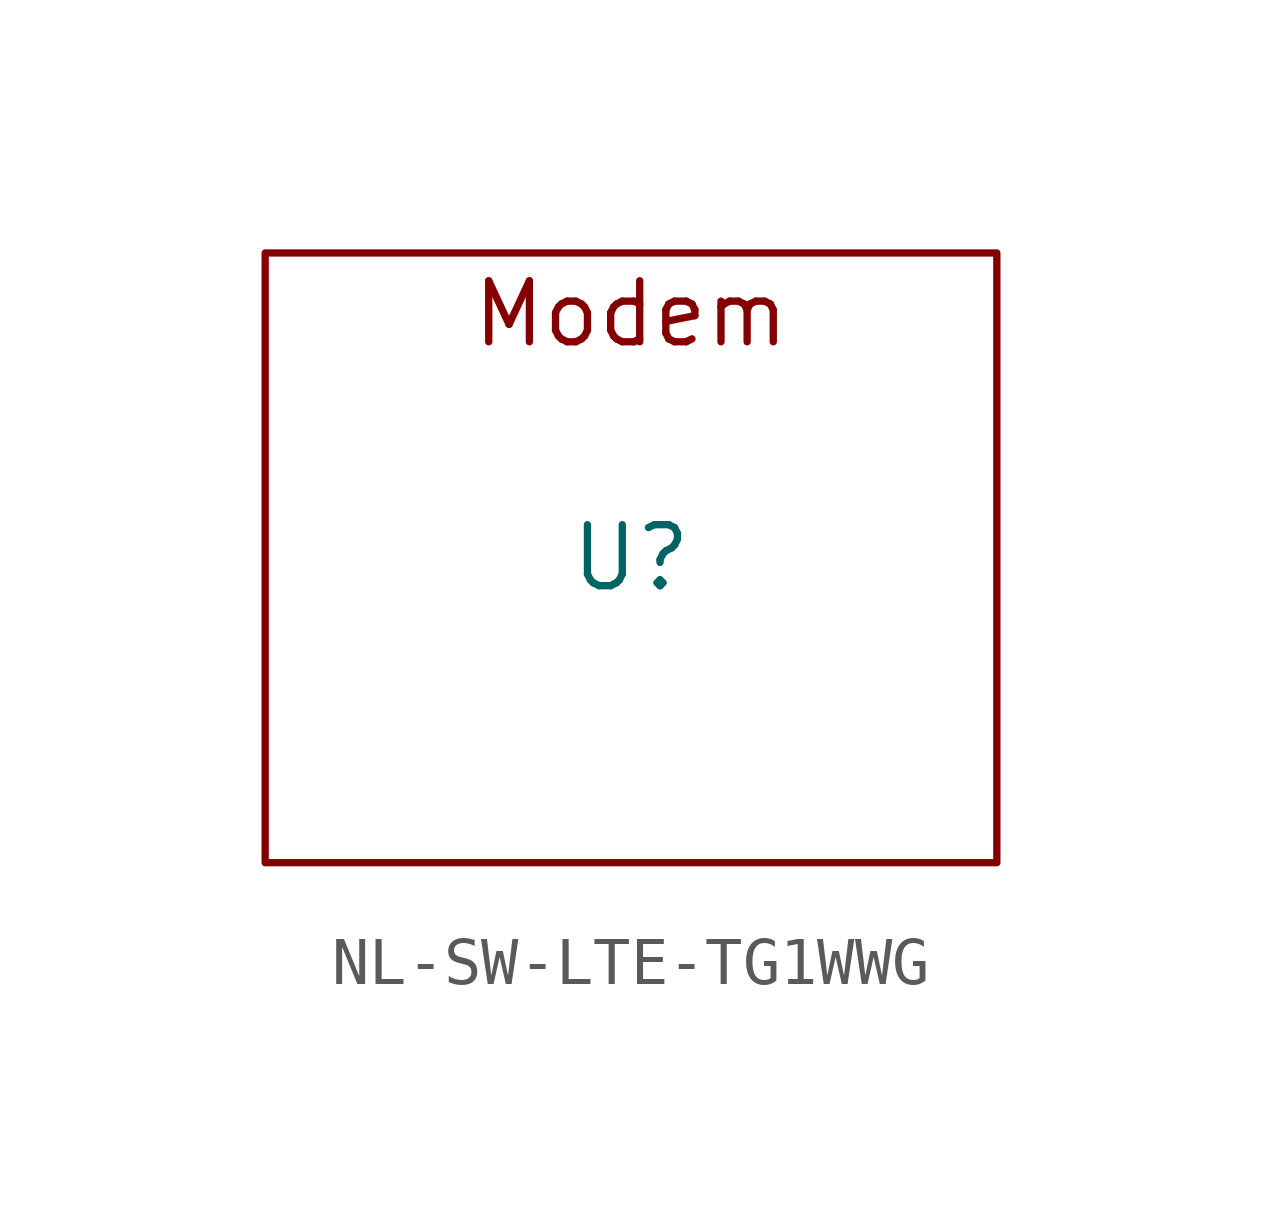
<source format=kicad_sym>
(kicad_symbol_lib
  (version 20220914)
  (generator kicad_symbol_editor)
  (symbol "NL-SW-LTE-TG1WWG"
    (property "Reference" "U"
      (at 0 0 0)
      (effects (font (size 1.27 1.27))))
    (property "Value" ""
      (at 0 0 0)
      (effects (font (size 1.27 1.27))))
    (symbol "NL-SW-LTE-TG1WWG_0_1"
      (rectangle (start -7.62 6.35) (end 7.62 -6.35) (stroke (width 0) (type default)) (fill (type none))))
    (symbol "NL-SW-LTE-TG1WWG_1_1"
      (text "Modem" (at 0 5.08 0) (effects (font (size 1.27 1.27)))))))
</source>
